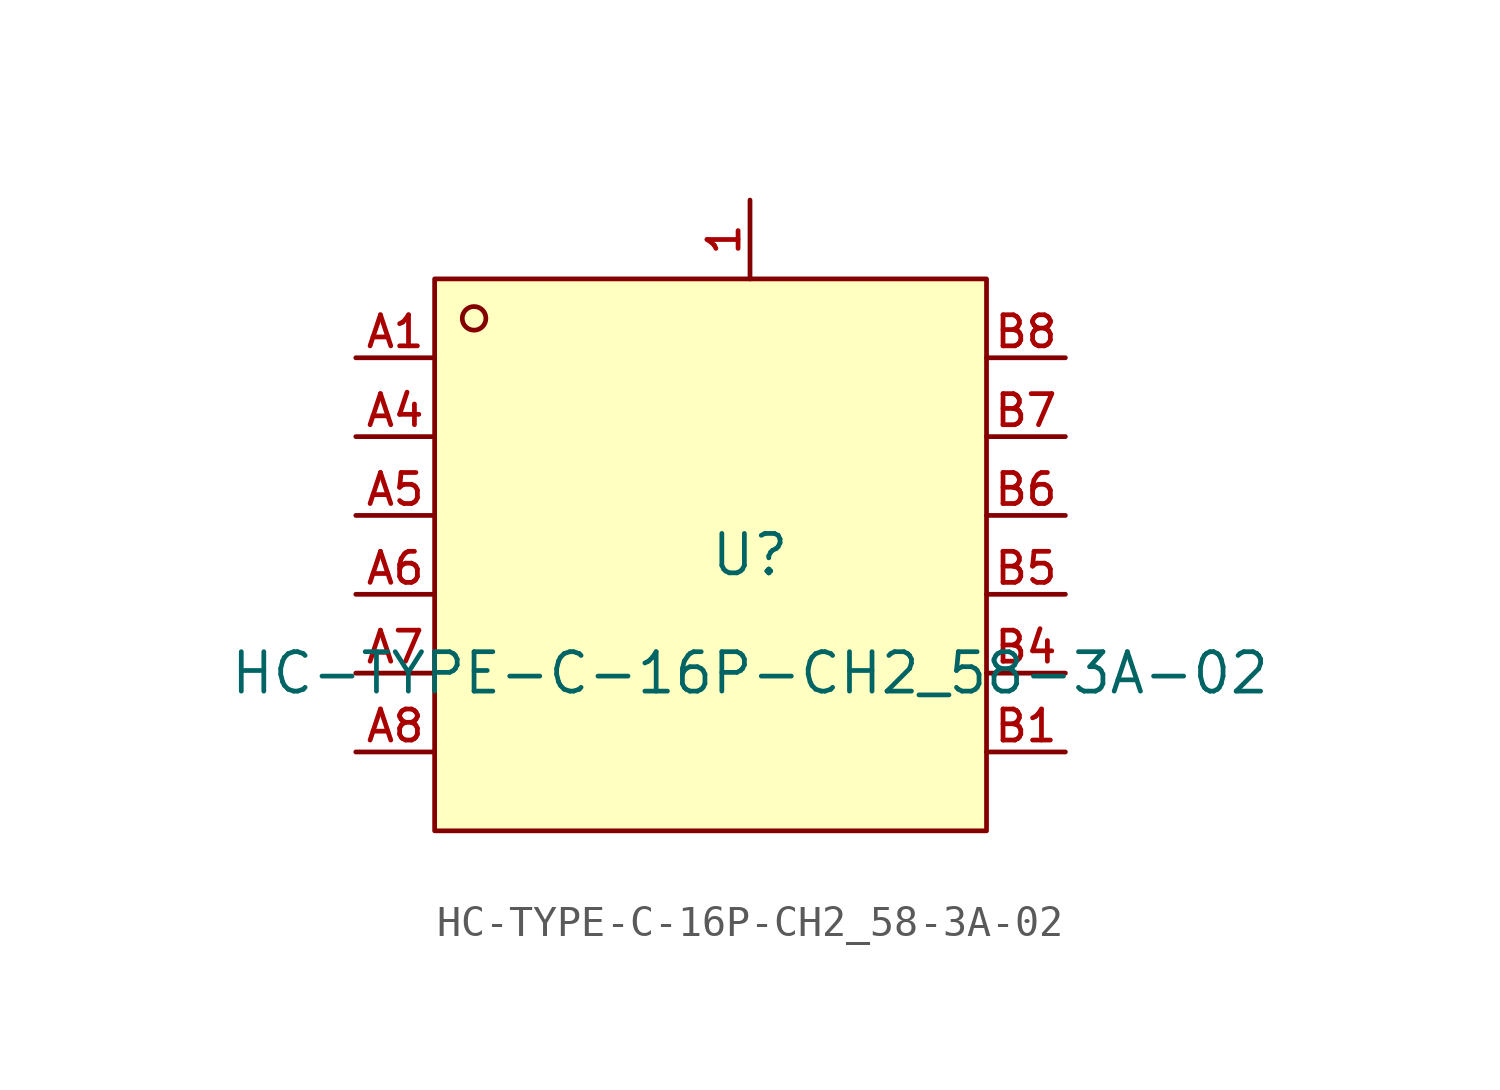
<source format=kicad_sym>
(kicad_symbol_lib
  (version 20210201)
  (generator TousstNicolas/JLC2KiCad_lib)
  (symbol "HC-TYPE-C-16P-CH2_58-3A-02"
    (pin_names hide)
    (property "Reference" "U"
      (at 0 1.27 0)
      (effects (font (size 1.27 1.27))))
    (property "Value" "HC-TYPE-C-16P-CH2_58-3A-02"
      (at 0 -2.54 0)
      (effects (font (size 1.27 1.27))))
    (symbol "HC-TYPE-C-16P-CH2_58-3A-02_0_1"
      (rectangle (start -10.16 10.16) (end 7.62 -7.62) (stroke (width 0) (type default) (color 0 0 0 0)) (fill (type background)))
      (circle (center -8.89 8.89) (radius 0.381) (stroke (width 0) (type default) (color 0 0 0 0)) (fill (type background)))
      (pin unspecified line (at -12.7 7.62 0) (length 2.54) (name "GND" (effects (font (size 1 1)))) (number "A1" (effects (font (size 1 1)))))
      (pin unspecified line (at -12.7 5.08 0) (length 2.54) (name "VBUS" (effects (font (size 1 1)))) (number "A4" (effects (font (size 1 1)))))
      (pin unspecified line (at -12.7 2.54 0) (length 2.54) (name "CC1" (effects (font (size 1 1)))) (number "A5" (effects (font (size 1 1)))))
      (pin unspecified line (at -12.7 -0.0 0) (length 2.54) (name "DP1" (effects (font (size 1 1)))) (number "A6" (effects (font (size 1 1)))))
      (pin unspecified line (at -12.7 -2.54 0) (length 2.54) (name "DN1" (effects (font (size 1 1)))) (number "A7" (effects (font (size 1 1)))))
      (pin unspecified line (at -12.7 -5.08 0) (length 2.54) (name "SBU1" (effects (font (size 1 1)))) (number "A8" (effects (font (size 1 1)))))
      (pin unspecified line (at 10.16 -5.08 180) (length 2.54) (name "GND" (effects (font (size 1 1)))) (number "B1" (effects (font (size 1 1)))))
      (pin unspecified line (at 10.16 -2.54 180) (length 2.54) (name "VBUS" (effects (font (size 1 1)))) (number "B4" (effects (font (size 1 1)))))
      (pin unspecified line (at 10.16 -0.0 180) (length 2.54) (name "CC2" (effects (font (size 1 1)))) (number "B5" (effects (font (size 1 1)))))
      (pin unspecified line (at 10.16 2.54 180) (length 2.54) (name "DP2" (effects (font (size 1 1)))) (number "B6" (effects (font (size 1 1)))))
      (pin unspecified line (at 10.16 5.08 180) (length 2.54) (name "DN2" (effects (font (size 1 1)))) (number "B7" (effects (font (size 1 1)))))
      (pin unspecified line (at 10.16 7.62 180) (length 2.54) (name "SBU2" (effects (font (size 1 1)))) (number "B8" (effects (font (size 1 1)))))
      (pin unspecified line (at 0.0 12.7 270) (length 2.54) (name "EH" (effects (font (size 1 1)))) (number "1" (effects (font (size 1 1))))))))
</source>
